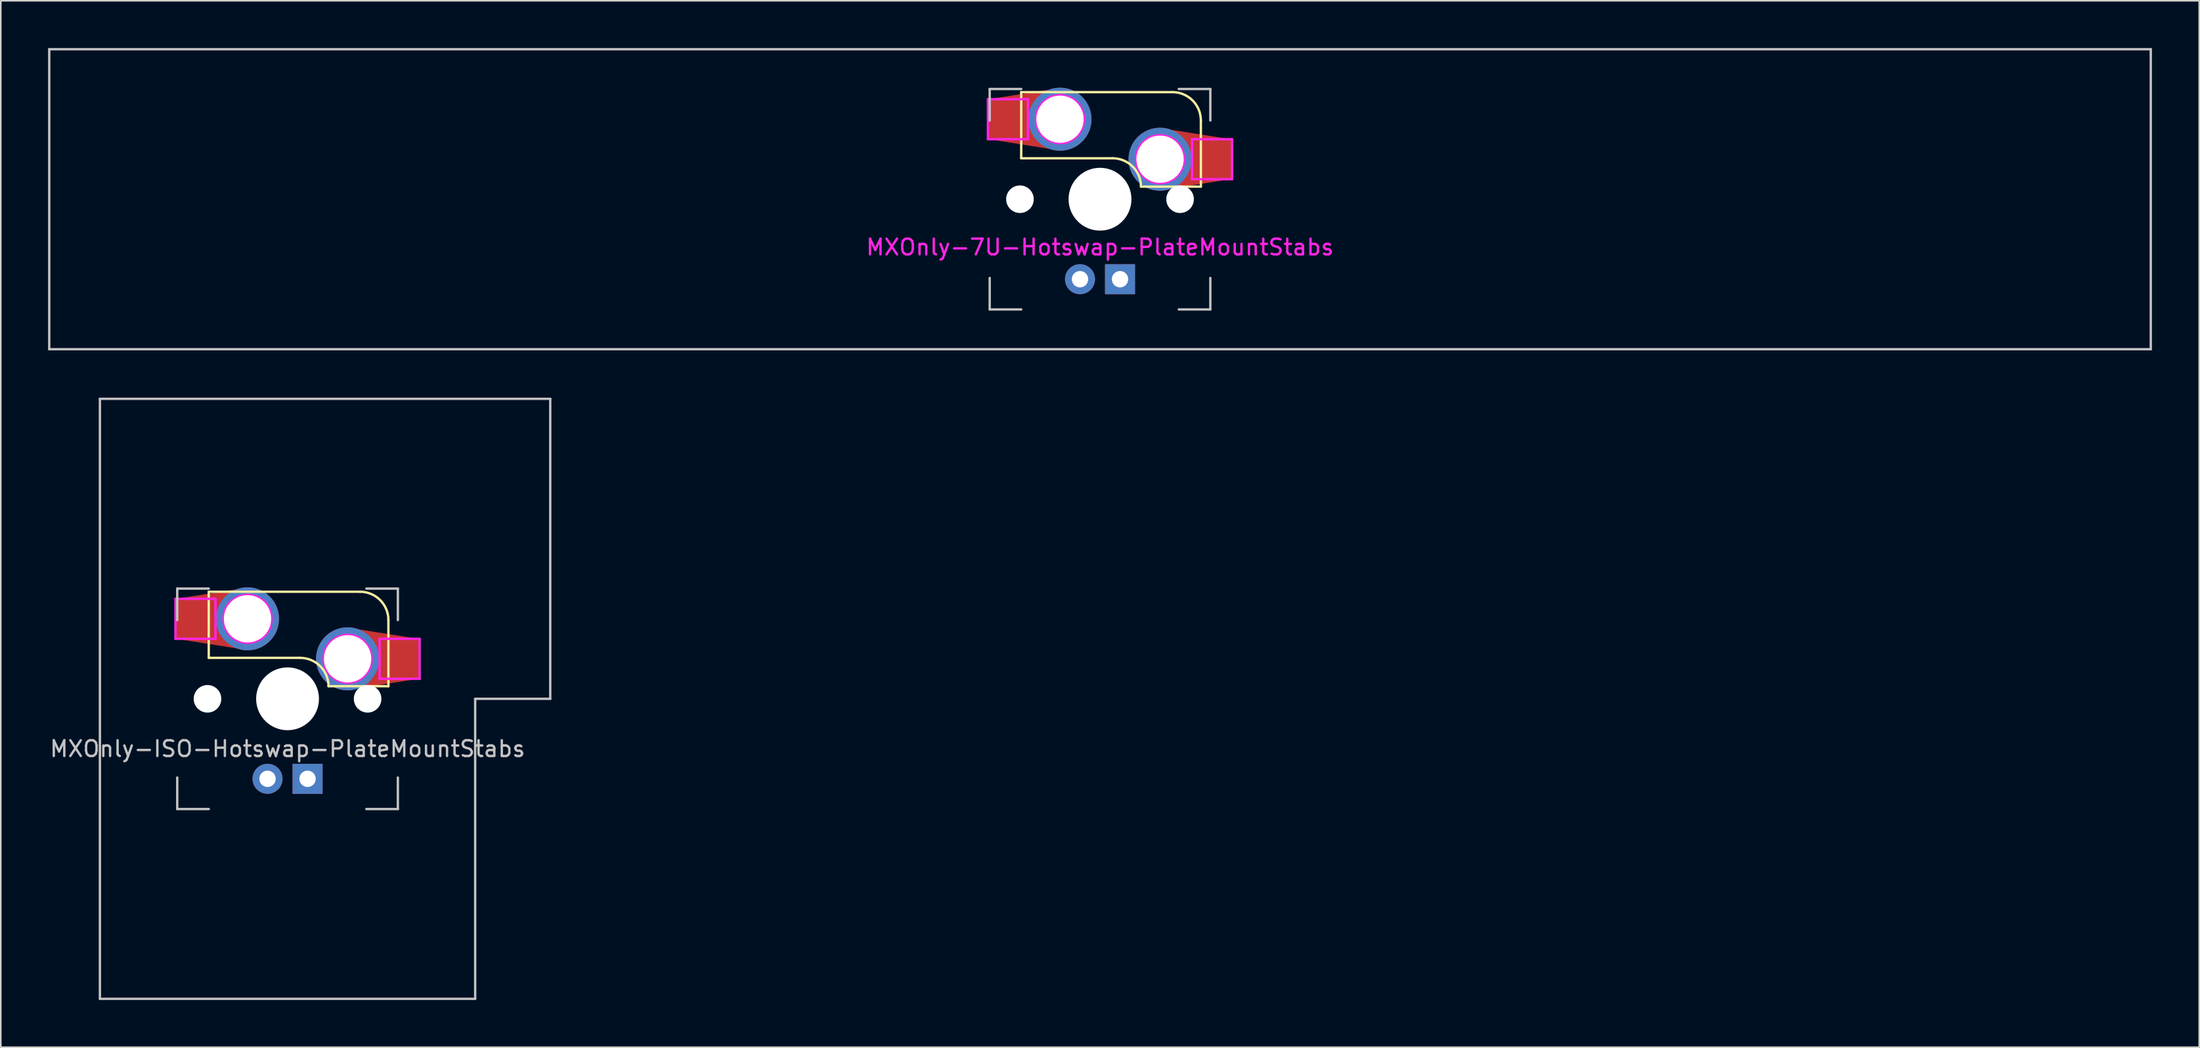
<source format=kicad_pcb>
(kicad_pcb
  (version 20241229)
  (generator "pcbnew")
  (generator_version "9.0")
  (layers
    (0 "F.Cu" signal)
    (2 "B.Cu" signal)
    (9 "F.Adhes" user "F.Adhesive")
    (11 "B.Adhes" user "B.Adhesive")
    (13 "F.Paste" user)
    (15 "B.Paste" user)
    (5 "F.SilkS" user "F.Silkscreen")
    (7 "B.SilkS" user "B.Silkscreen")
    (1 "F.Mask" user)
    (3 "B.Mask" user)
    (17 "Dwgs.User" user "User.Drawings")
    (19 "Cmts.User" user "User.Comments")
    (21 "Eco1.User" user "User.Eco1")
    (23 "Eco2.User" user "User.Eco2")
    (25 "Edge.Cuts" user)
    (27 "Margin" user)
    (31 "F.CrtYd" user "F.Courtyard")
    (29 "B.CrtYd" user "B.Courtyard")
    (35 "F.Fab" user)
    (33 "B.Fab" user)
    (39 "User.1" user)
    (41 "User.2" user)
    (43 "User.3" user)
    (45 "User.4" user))
  (footprint "MXOnly-7U-Hotswap-PlateMountStabs"
    (layer "F.Cu")
    (at 66.75 9.6)
    (property "Reference" "MXOnly-7U-Hotswap-PlateMountStabs" (at 0 3.048 180) (layer "F.CrtYd") (effects (font (size 1 1) (thickness 0.15))))
    (attr smd)
    (fp_line (start -5 -6.8) (end 4.6 -6.8) (stroke (width 0.15) (type solid)) (layer "F.SilkS"))
    (fp_line (start -5 -2.6) (end -5 -6.8) (stroke (width 0.15) (type solid)) (layer "F.SilkS"))
    (fp_line (start 0.8 -2.6) (end -5 -2.6) (stroke (width 0.15) (type solid)) (layer "F.SilkS"))
    (fp_line (start 6.4 -5) (end 6.4 -0.8) (stroke (width 0.15) (type solid)) (layer "F.SilkS"))
    (fp_line (start 6.4 -0.8) (end 2.6 -0.8) (stroke (width 0.15) (type solid)) (layer "F.SilkS"))
    (fp_arc (start 0.8 -2.6) (mid 2.072792 -2.072792) (end 2.6 -0.8) (stroke (width 0.15) (type solid)) (layer "F.SilkS"))
    (fp_arc (start 4.6 -6.8) (mid 5.872792 -6.272792) (end 6.4 -5) (stroke (width 0.15) (type solid)) (layer "F.SilkS"))
    (fp_poly (pts (xy -5.08 -3.493) (xy -7.112 -3.81) (xy -7.112 -6.35) (xy -5.08 -6.668)) (stroke (width 0.1) (type solid)) (fill yes) (layer "F.Paste"))
    (fp_poly (pts (xy 6.477 -4.064) (xy 8.509 -3.747) (xy 8.509 -1.206) (xy 6.477 -0.889)) (stroke (width 0.1) (type solid)) (fill yes) (layer "F.Paste"))
    (fp_line (start -66.675 -9.525) (end 66.675 -9.525) (stroke (width 0.15) (type solid)) (layer "Dwgs.User"))
    (fp_line (start -66.675 9.525) (end -66.675 -9.525) (stroke (width 0.15) (type solid)) (layer "Dwgs.User"))
    (fp_line (start -7 -7) (end -7 -5) (stroke (width 0.15) (type solid)) (layer "Dwgs.User"))
    (fp_line (start -7 7) (end -7 5) (stroke (width 0.15) (type solid)) (layer "Dwgs.User"))
    (fp_line (start -5 -7) (end -7 -7) (stroke (width 0.15) (type solid)) (layer "Dwgs.User"))
    (fp_line (start -5 7) (end -7 7) (stroke (width 0.15) (type solid)) (layer "Dwgs.User"))
    (fp_line (start 5 -7) (end 7 -7) (stroke (width 0.15) (type solid)) (layer "Dwgs.User"))
    (fp_line (start 7 -7) (end 7 -5) (stroke (width 0.15) (type solid)) (layer "Dwgs.User"))
    (fp_line (start 7 5) (end 7 7) (stroke (width 0.15) (type solid)) (layer "Dwgs.User"))
    (fp_line (start 7 7) (end 5 7) (stroke (width 0.15) (type solid)) (layer "Dwgs.User"))
    (fp_line (start 66.675 -9.525) (end 66.675 9.525) (stroke (width 0.15) (type solid)) (layer "Dwgs.User"))
    (fp_line (start 66.675 9.525) (end -66.675 9.525) (stroke (width 0.15) (type solid)) (layer "Dwgs.User"))
    (fp_line (start -7.112 -6.35) (end -7.112 -3.81) (stroke (width 0.15) (type solid)) (layer "F.CrtYd"))
    (fp_line (start -7.112 -3.81) (end -4.572 -3.81) (stroke (width 0.15) (type solid)) (layer "F.CrtYd"))
    (fp_line (start -4.572 -6.35) (end -7.112 -6.35) (stroke (width 0.15) (type solid)) (layer "F.CrtYd"))
    (fp_line (start -4.572 -3.81) (end -4.572 -6.35) (stroke (width 0.15) (type solid)) (layer "F.CrtYd"))
    (fp_line (start 5.842 -3.81) (end 5.842 -1.27) (stroke (width 0.15) (type solid)) (layer "F.CrtYd"))
    (fp_line (start 5.842 -1.27) (end 8.382 -1.27) (stroke (width 0.15) (type solid)) (layer "F.CrtYd"))
    (fp_line (start 8.382 -3.81) (end 5.842 -3.81) (stroke (width 0.15) (type solid)) (layer "F.CrtYd"))
    (fp_line (start 8.382 -1.27) (end 8.382 -3.81) (stroke (width 0.15) (type solid)) (layer "F.CrtYd"))
    (fp_circle (center -2.54 -5.08) (end -2.54 -6.604) (stroke (width 0.15) (type solid)) (fill no) (layer "F.CrtYd"))
    (fp_circle (center 3.81 -2.54) (end 3.81 -4.064) (stroke (width 0.15) (type solid)) (fill no) (layer "F.CrtYd"))
    (pad "" np_thru_hole circle (at -5.08 0 131.9) (size 1.75 1.75) (drill 1.75) (layers "*.Cu" "*.Mask"))
    (pad "" np_thru_hole circle (at 0 0 180) (size 3.988 3.988) (drill 3.988) (layers "*.Cu" "*.Mask"))
    (pad "" np_thru_hole circle (at 5.08 0 131.9) (size 1.75 1.75) (drill 1.75) (layers "*.Cu" "*.Mask"))
    (pad "1" thru_hole circle (at 3.81 -2.54 180) (size 4 4) (drill 3) (layers "*.Cu" "F.Mask"))
    (pad "1" smd custom (at 7.085 -2.54 180) (size 2.55 2.5) (layers "F.Cu" "F.Mask") (options (anchor rect)) (primitives (gr_poly (pts (xy -1.195 1.219) (xy 3.275 1.93) (xy 3.275 -1.93) (xy -1.195 -1.219)) (width 0.1) (fill yes))))
    (pad "2" smd custom (at -5.841 -5.08 180) (size 2.55 2.5) (layers "F.Cu" "F.Mask") (options (anchor rect)) (primitives (gr_poly (pts (xy 1.219 -1.219) (xy -3.251 -1.93) (xy -3.251 1.93) (xy 1.219 1.219)) (width 0.1) (fill yes))))
    (pad "2" thru_hole circle (at -2.54 -5.08 180) (size 4 4) (drill 3) (layers "*.Cu" "F.Mask"))
    (pad "3" thru_hole circle (at -1.27 5.08) (size 1.905 1.905) (drill 1.04) (layers "*.Cu" "F.Mask"))
    (pad "4" thru_hole rect (at 1.27 5.08) (size 1.905 1.905) (drill 1.04) (layers "*.Cu" "F.Mask")))
  (footprint "MXOnly-ISO-Hotswap-PlateMountStabs"
    (layer "F.Cu")
    (at 15.196 41.325)
    (property "Reference" "MXOnly-ISO-Hotswap-PlateMountStabs" (at 0 3.175 180) (layer "Dwgs.User") (effects (font (size 1 1) (thickness 0.15))))
    (attr through_hole)
    (fp_line (start -5 -6.8) (end 4.6 -6.8) (stroke (width 0.15) (type solid)) (layer "F.SilkS"))
    (fp_line (start -5 -2.6) (end -5 -6.8) (stroke (width 0.15) (type solid)) (layer "F.SilkS"))
    (fp_line (start 0.8 -2.6) (end -5 -2.6) (stroke (width 0.15) (type solid)) (layer "F.SilkS"))
    (fp_line (start 6.4 -5) (end 6.4 -0.8) (stroke (width 0.15) (type solid)) (layer "F.SilkS"))
    (fp_line (start 6.4 -0.8) (end 2.6 -0.8) (stroke (width 0.15) (type solid)) (layer "F.SilkS"))
    (fp_arc (start 0.8 -2.6) (mid 2.072792 -2.072792) (end 2.6 -0.8) (stroke (width 0.15) (type solid)) (layer "F.SilkS"))
    (fp_arc (start 4.6 -6.8) (mid 5.872792 -6.272792) (end 6.4 -5) (stroke (width 0.15) (type solid)) (layer "F.SilkS"))
    (fp_poly (pts (xy -5.08 -3.493) (xy -7.112 -3.81) (xy -7.112 -6.35) (xy -5.08 -6.668)) (stroke (width 0.1) (type solid)) (fill yes) (layer "F.Paste"))
    (fp_poly (pts (xy 6.477 -4.064) (xy 8.509 -3.747) (xy 8.509 -1.206) (xy 6.477 -0.889)) (stroke (width 0.1) (type solid)) (fill yes) (layer "F.Paste"))
    (fp_line (start -11.906 -19.05) (end -11.906 19.05) (stroke (width 0.15) (type solid)) (layer "Dwgs.User"))
    (fp_line (start -7 -7) (end -7 -5) (stroke (width 0.15) (type solid)) (layer "Dwgs.User"))
    (fp_line (start -7 7) (end -7 5) (stroke (width 0.15) (type solid)) (layer "Dwgs.User"))
    (fp_line (start -5 -7) (end -7 -7) (stroke (width 0.15) (type solid)) (layer "Dwgs.User"))
    (fp_line (start -5 7) (end -7 7) (stroke (width 0.15) (type solid)) (layer "Dwgs.User"))
    (fp_line (start 5 -7) (end 7 -7) (stroke (width 0.15) (type solid)) (layer "Dwgs.User"))
    (fp_line (start 7 -7) (end 7 -5) (stroke (width 0.15) (type solid)) (layer "Dwgs.User"))
    (fp_line (start 7 5) (end 7 7) (stroke (width 0.15) (type solid)) (layer "Dwgs.User"))
    (fp_line (start 7 7) (end 5 7) (stroke (width 0.15) (type solid)) (layer "Dwgs.User"))
    (fp_line (start 11.906 0) (end 16.669 0) (stroke (width 0.15) (type solid)) (layer "Dwgs.User"))
    (fp_line (start 11.906 19.05) (end -11.906 19.05) (stroke (width 0.15) (type solid)) (layer "Dwgs.User"))
    (fp_line (start 11.906 19.05) (end 11.906 0) (stroke (width 0.15) (type solid)) (layer "Dwgs.User"))
    (fp_line (start 16.669 -19.05) (end -11.906 -19.05) (stroke (width 0.15) (type solid)) (layer "Dwgs.User"))
    (fp_line (start 16.669 -19.05) (end 16.669 0) (stroke (width 0.15) (type solid)) (layer "Dwgs.User"))
    (fp_line (start -7.112 -6.35) (end -7.112 -3.81) (stroke (width 0.15) (type solid)) (layer "F.CrtYd"))
    (fp_line (start -7.112 -3.81) (end -4.572 -3.81) (stroke (width 0.15) (type solid)) (layer "F.CrtYd"))
    (fp_line (start -4.572 -6.35) (end -7.112 -6.35) (stroke (width 0.15) (type solid)) (layer "F.CrtYd"))
    (fp_line (start -4.572 -3.81) (end -4.572 -6.35) (stroke (width 0.15) (type solid)) (layer "F.CrtYd"))
    (fp_line (start 5.842 -3.81) (end 5.842 -1.27) (stroke (width 0.15) (type solid)) (layer "F.CrtYd"))
    (fp_line (start 5.842 -1.27) (end 8.382 -1.27) (stroke (width 0.15) (type solid)) (layer "F.CrtYd"))
    (fp_line (start 8.382 -3.81) (end 5.842 -3.81) (stroke (width 0.15) (type solid)) (layer "F.CrtYd"))
    (fp_line (start 8.382 -1.27) (end 8.382 -3.81) (stroke (width 0.15) (type solid)) (layer "F.CrtYd"))
    (fp_circle (center -2.54 -5.08) (end -2.54 -6.604) (stroke (width 0.15) (type solid)) (fill no) (layer "F.CrtYd"))
    (fp_circle (center 3.81 -2.54) (end 3.81 -4.064) (stroke (width 0.15) (type solid)) (fill no) (layer "F.CrtYd"))
    (pad "" np_thru_hole circle (at -5.08 0 131.9) (size 1.75 1.75) (drill 1.75) (layers "*.Cu" "*.Mask"))
    (pad "" np_thru_hole circle (at 0 0 180) (size 3.988 3.988) (drill 3.988) (layers "*.Cu" "*.Mask"))
    (pad "" np_thru_hole circle (at 5.08 0 131.9) (size 1.75 1.75) (drill 1.75) (layers "*.Cu" "*.Mask"))
    (pad "1" thru_hole circle (at 3.81 -2.54 180) (size 4 4) (drill 3) (layers "*.Cu" "F.Mask"))
    (pad "1" smd custom (at 7.085 -2.54 180) (size 2.55 2.5) (layers "F.Cu" "F.Mask") (options (anchor rect)) (primitives (gr_poly (pts (xy -1.195 1.219) (xy 3.275 1.93) (xy 3.275 -1.93) (xy -1.195 -1.219)) (width 0.1) (fill yes))))
    (pad "2" smd custom (at -5.841 -5.08 180) (size 2.55 2.5) (layers "F.Cu" "F.Mask") (options (anchor rect)) (primitives (gr_poly (pts (xy 1.219 -1.219) (xy -3.251 -1.93) (xy -3.251 1.93) (xy 1.219 1.219)) (width 0.1) (fill yes))))
    (pad "2" thru_hole circle (at -2.54 -5.08 180) (size 4 4) (drill 3) (layers "*.Cu" "F.Mask"))
    (pad "3" thru_hole circle (at -1.27 5.08) (size 1.905 1.905) (drill 1.04) (layers "*.Cu" "F.Mask"))
    (pad "4" thru_hole rect (at 1.27 5.08) (size 1.905 1.905) (drill 1.04) (layers "*.Cu" "F.Mask")))
  (gr_rect
    (start -3 -3)
    (end 136.5 63.45)
    (stroke (width 0.1) (type default))
    (fill no)
    (layer "Edge.Cuts")))
</source>
